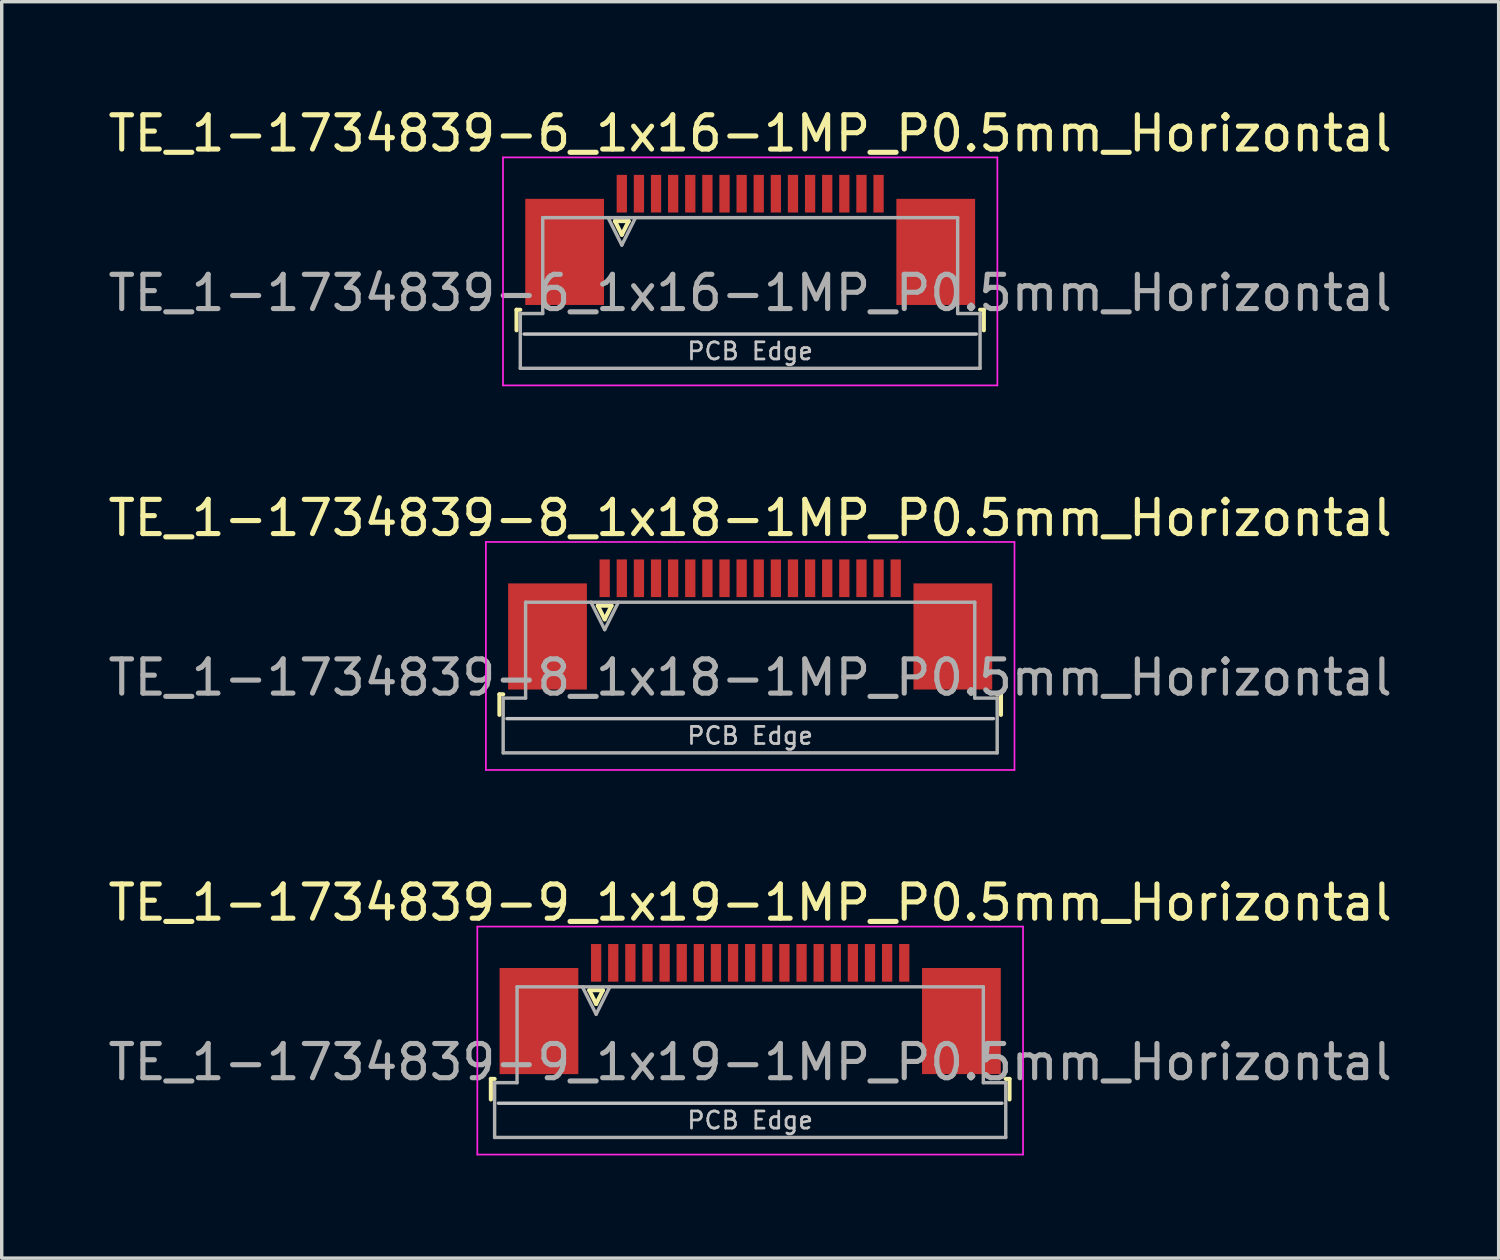
<source format=kicad_pcb>
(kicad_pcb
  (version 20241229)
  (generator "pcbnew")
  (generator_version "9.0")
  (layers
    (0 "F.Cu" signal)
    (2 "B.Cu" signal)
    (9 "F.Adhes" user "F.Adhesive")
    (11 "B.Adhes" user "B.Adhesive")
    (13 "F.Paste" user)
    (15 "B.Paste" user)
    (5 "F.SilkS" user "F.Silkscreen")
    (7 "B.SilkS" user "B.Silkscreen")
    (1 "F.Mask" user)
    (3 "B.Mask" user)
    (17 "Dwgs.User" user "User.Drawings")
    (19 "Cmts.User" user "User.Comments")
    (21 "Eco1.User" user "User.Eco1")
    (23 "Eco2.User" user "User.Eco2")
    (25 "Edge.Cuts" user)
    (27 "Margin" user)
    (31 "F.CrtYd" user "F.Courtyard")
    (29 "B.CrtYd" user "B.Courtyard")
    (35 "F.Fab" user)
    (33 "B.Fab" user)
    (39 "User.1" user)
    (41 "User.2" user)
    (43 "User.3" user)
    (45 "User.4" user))
  (footprint "TE_1-1734839-6_1x16-1MP_P0.5mm_Horizontal"
    (layer "F.Cu")
    (at 18.863 3.958)
    (property "Reference" "TE_1-1734839-6_1x16-1MP_P0.5mm_Horizontal" (at 0 -3.11 0) (layer "F.SilkS") (effects (font (size 1 1) (thickness 0.15))))
    (attr smd)
    (fp_line (start -6.825 2.04) (end -6.825 2.64) (stroke (width 0.12) (type solid)) (layer "F.SilkS"))
    (fp_line (start -6.715 2.04) (end -6.825 2.04) (stroke (width 0.12) (type solid)) (layer "F.SilkS"))
    (fp_line (start -3.95 -0.55) (end -3.75 -0.15) (stroke (width 0.12) (type solid)) (layer "F.SilkS"))
    (fp_line (start -3.75 -0.15) (end -3.55 -0.55) (stroke (width 0.12) (type solid)) (layer "F.SilkS"))
    (fp_line (start -3.55 -0.55) (end -3.95 -0.55) (stroke (width 0.12) (type solid)) (layer "F.SilkS"))
    (fp_line (start 6.715 2.04) (end 6.825 2.04) (stroke (width 0.12) (type solid)) (layer "F.SilkS"))
    (fp_line (start 6.825 2.04) (end 6.825 2.64) (stroke (width 0.12) (type solid)) (layer "F.SilkS"))
    (fp_line (start 6.605 2.75) (end -6.605 2.75) (stroke (width 0.1) (type solid)) (layer "Dwgs.User"))
    (fp_line (start -7.22 -2.41) (end -7.22 4.25) (stroke (width 0.05) (type solid)) (layer "F.CrtYd"))
    (fp_line (start -7.22 4.25) (end 7.22 4.25) (stroke (width 0.05) (type solid)) (layer "F.CrtYd"))
    (fp_line (start 7.22 -2.41) (end -7.22 -2.41) (stroke (width 0.05) (type solid)) (layer "F.CrtYd"))
    (fp_line (start 7.22 4.25) (end 7.22 -2.41) (stroke (width 0.05) (type solid)) (layer "F.CrtYd"))
    (fp_line (start -6.715 2.15) (end -6.06 2.15) (stroke (width 0.1) (type solid)) (layer "F.Fab"))
    (fp_line (start -6.715 3.75) (end -6.715 2.15) (stroke (width 0.1) (type solid)) (layer "F.Fab"))
    (fp_line (start -6.06 -0.65) (end 6.06 -0.65) (stroke (width 0.1) (type solid)) (layer "F.Fab"))
    (fp_line (start -6.06 2.15) (end -6.06 -0.65) (stroke (width 0.1) (type solid)) (layer "F.Fab"))
    (fp_line (start -4.15 -0.65) (end -3.75 0.15) (stroke (width 0.1) (type solid)) (layer "F.Fab"))
    (fp_line (start -3.75 0.15) (end -3.35 -0.65) (stroke (width 0.1) (type solid)) (layer "F.Fab"))
    (fp_line (start 6.06 -0.65) (end 6.06 2.15) (stroke (width 0.1) (type solid)) (layer "F.Fab"))
    (fp_line (start 6.06 2.15) (end 6.715 2.15) (stroke (width 0.1) (type solid)) (layer "F.Fab"))
    (fp_line (start 6.715 2.15) (end 6.715 3.75) (stroke (width 0.1) (type solid)) (layer "F.Fab"))
    (fp_line (start 6.715 3.75) (end -6.715 3.75) (stroke (width 0.1) (type solid)) (layer "F.Fab"))
    (fp_text user "PCB Edge" (at 0 3.25 0) (layer "Dwgs.User") (effects (font (size 0.5 0.5) (thickness 0.08))))
    (fp_text user "${REFERENCE}" (at 0 1.55 0) (layer "F.Fab") (effects (font (size 1 1) (thickness 0.15))))
    (pad "1" smd rect (at -3.75 -1.35) (size 0.3 1.1) (layers "F.Cu" "F.Mask" "F.Paste"))
    (pad "2" smd rect (at -3.25 -1.35) (size 0.3 1.1) (layers "F.Cu" "F.Mask" "F.Paste"))
    (pad "3" smd rect (at -2.75 -1.35) (size 0.3 1.1) (layers "F.Cu" "F.Mask" "F.Paste"))
    (pad "4" smd rect (at -2.25 -1.35) (size 0.3 1.1) (layers "F.Cu" "F.Mask" "F.Paste"))
    (pad "5" smd rect (at -1.75 -1.35) (size 0.3 1.1) (layers "F.Cu" "F.Mask" "F.Paste"))
    (pad "6" smd rect (at -1.25 -1.35) (size 0.3 1.1) (layers "F.Cu" "F.Mask" "F.Paste"))
    (pad "7" smd rect (at -0.75 -1.35) (size 0.3 1.1) (layers "F.Cu" "F.Mask" "F.Paste"))
    (pad "8" smd rect (at -0.25 -1.35) (size 0.3 1.1) (layers "F.Cu" "F.Mask" "F.Paste"))
    (pad "9" smd rect (at 0.25 -1.35) (size 0.3 1.1) (layers "F.Cu" "F.Mask" "F.Paste"))
    (pad "10" smd rect (at 0.75 -1.35) (size 0.3 1.1) (layers "F.Cu" "F.Mask" "F.Paste"))
    (pad "11" smd rect (at 1.25 -1.35) (size 0.3 1.1) (layers "F.Cu" "F.Mask" "F.Paste"))
    (pad "12" smd rect (at 1.75 -1.35) (size 0.3 1.1) (layers "F.Cu" "F.Mask" "F.Paste"))
    (pad "13" smd rect (at 2.25 -1.35) (size 0.3 1.1) (layers "F.Cu" "F.Mask" "F.Paste"))
    (pad "14" smd rect (at 2.75 -1.35) (size 0.3 1.1) (layers "F.Cu" "F.Mask" "F.Paste"))
    (pad "15" smd rect (at 3.25 -1.35) (size 0.3 1.1) (layers "F.Cu" "F.Mask" "F.Paste"))
    (pad "16" smd rect (at 3.75 -1.35) (size 0.3 1.1) (layers "F.Cu" "F.Mask" "F.Paste"))
    (pad "MP" smd rect (at -5.42 0.35) (size 2.3 3.1) (layers "F.Cu" "F.Mask" "F.Paste"))
    (pad "MP" smd rect (at 5.42 0.35) (size 2.3 3.1) (layers "F.Cu" "F.Mask" "F.Paste")))
  (footprint "TE_1-1734839-8_1x18-1MP_P0.5mm_Horizontal"
    (layer "F.Cu")
    (at 18.863 15.191)
    (property "Reference" "TE_1-1734839-8_1x18-1MP_P0.5mm_Horizontal" (at 0 -3.11 0) (layer "F.SilkS") (effects (font (size 1 1) (thickness 0.15))))
    (attr smd)
    (fp_line (start -7.325 2.04) (end -7.325 2.64) (stroke (width 0.12) (type solid)) (layer "F.SilkS"))
    (fp_line (start -7.215 2.04) (end -7.325 2.04) (stroke (width 0.12) (type solid)) (layer "F.SilkS"))
    (fp_line (start -4.45 -0.55) (end -4.25 -0.15) (stroke (width 0.12) (type solid)) (layer "F.SilkS"))
    (fp_line (start -4.25 -0.15) (end -4.05 -0.55) (stroke (width 0.12) (type solid)) (layer "F.SilkS"))
    (fp_line (start -4.05 -0.55) (end -4.45 -0.55) (stroke (width 0.12) (type solid)) (layer "F.SilkS"))
    (fp_line (start 7.215 2.04) (end 7.325 2.04) (stroke (width 0.12) (type solid)) (layer "F.SilkS"))
    (fp_line (start 7.325 2.04) (end 7.325 2.64) (stroke (width 0.12) (type solid)) (layer "F.SilkS"))
    (fp_line (start 7.105 2.75) (end -7.105 2.75) (stroke (width 0.1) (type solid)) (layer "Dwgs.User"))
    (fp_line (start -7.72 -2.41) (end -7.72 4.25) (stroke (width 0.05) (type solid)) (layer "F.CrtYd"))
    (fp_line (start -7.72 4.25) (end 7.72 4.25) (stroke (width 0.05) (type solid)) (layer "F.CrtYd"))
    (fp_line (start 7.72 -2.41) (end -7.72 -2.41) (stroke (width 0.05) (type solid)) (layer "F.CrtYd"))
    (fp_line (start 7.72 4.25) (end 7.72 -2.41) (stroke (width 0.05) (type solid)) (layer "F.CrtYd"))
    (fp_line (start -7.215 2.15) (end -6.56 2.15) (stroke (width 0.1) (type solid)) (layer "F.Fab"))
    (fp_line (start -7.215 3.75) (end -7.215 2.15) (stroke (width 0.1) (type solid)) (layer "F.Fab"))
    (fp_line (start -6.56 -0.65) (end 6.56 -0.65) (stroke (width 0.1) (type solid)) (layer "F.Fab"))
    (fp_line (start -6.56 2.15) (end -6.56 -0.65) (stroke (width 0.1) (type solid)) (layer "F.Fab"))
    (fp_line (start -4.65 -0.65) (end -4.25 0.15) (stroke (width 0.1) (type solid)) (layer "F.Fab"))
    (fp_line (start -4.25 0.15) (end -3.85 -0.65) (stroke (width 0.1) (type solid)) (layer "F.Fab"))
    (fp_line (start 6.56 -0.65) (end 6.56 2.15) (stroke (width 0.1) (type solid)) (layer "F.Fab"))
    (fp_line (start 6.56 2.15) (end 7.215 2.15) (stroke (width 0.1) (type solid)) (layer "F.Fab"))
    (fp_line (start 7.215 2.15) (end 7.215 3.75) (stroke (width 0.1) (type solid)) (layer "F.Fab"))
    (fp_line (start 7.215 3.75) (end -7.215 3.75) (stroke (width 0.1) (type solid)) (layer "F.Fab"))
    (fp_text user "PCB Edge" (at 0 3.25 0) (layer "Dwgs.User") (effects (font (size 0.5 0.5) (thickness 0.08))))
    (fp_text user "${REFERENCE}" (at 0 1.55 0) (layer "F.Fab") (effects (font (size 1 1) (thickness 0.15))))
    (pad "1" smd rect (at -4.25 -1.35) (size 0.3 1.1) (layers "F.Cu" "F.Mask" "F.Paste"))
    (pad "2" smd rect (at -3.75 -1.35) (size 0.3 1.1) (layers "F.Cu" "F.Mask" "F.Paste"))
    (pad "3" smd rect (at -3.25 -1.35) (size 0.3 1.1) (layers "F.Cu" "F.Mask" "F.Paste"))
    (pad "4" smd rect (at -2.75 -1.35) (size 0.3 1.1) (layers "F.Cu" "F.Mask" "F.Paste"))
    (pad "5" smd rect (at -2.25 -1.35) (size 0.3 1.1) (layers "F.Cu" "F.Mask" "F.Paste"))
    (pad "6" smd rect (at -1.75 -1.35) (size 0.3 1.1) (layers "F.Cu" "F.Mask" "F.Paste"))
    (pad "7" smd rect (at -1.25 -1.35) (size 0.3 1.1) (layers "F.Cu" "F.Mask" "F.Paste"))
    (pad "8" smd rect (at -0.75 -1.35) (size 0.3 1.1) (layers "F.Cu" "F.Mask" "F.Paste"))
    (pad "9" smd rect (at -0.25 -1.35) (size 0.3 1.1) (layers "F.Cu" "F.Mask" "F.Paste"))
    (pad "10" smd rect (at 0.25 -1.35) (size 0.3 1.1) (layers "F.Cu" "F.Mask" "F.Paste"))
    (pad "11" smd rect (at 0.75 -1.35) (size 0.3 1.1) (layers "F.Cu" "F.Mask" "F.Paste"))
    (pad "12" smd rect (at 1.25 -1.35) (size 0.3 1.1) (layers "F.Cu" "F.Mask" "F.Paste"))
    (pad "13" smd rect (at 1.75 -1.35) (size 0.3 1.1) (layers "F.Cu" "F.Mask" "F.Paste"))
    (pad "14" smd rect (at 2.25 -1.35) (size 0.3 1.1) (layers "F.Cu" "F.Mask" "F.Paste"))
    (pad "15" smd rect (at 2.75 -1.35) (size 0.3 1.1) (layers "F.Cu" "F.Mask" "F.Paste"))
    (pad "16" smd rect (at 3.25 -1.35) (size 0.3 1.1) (layers "F.Cu" "F.Mask" "F.Paste"))
    (pad "17" smd rect (at 3.75 -1.35) (size 0.3 1.1) (layers "F.Cu" "F.Mask" "F.Paste"))
    (pad "18" smd rect (at 4.25 -1.35) (size 0.3 1.1) (layers "F.Cu" "F.Mask" "F.Paste"))
    (pad "MP" smd rect (at -5.92 0.35) (size 2.3 3.1) (layers "F.Cu" "F.Mask" "F.Paste"))
    (pad "MP" smd rect (at 5.92 0.35) (size 2.3 3.1) (layers "F.Cu" "F.Mask" "F.Paste")))
  (footprint "TE_1-1734839-9_1x19-1MP_P0.5mm_Horizontal"
    (layer "F.Cu")
    (at 18.863 26.425)
    (property "Reference" "TE_1-1734839-9_1x19-1MP_P0.5mm_Horizontal" (at 0 -3.11 0) (layer "F.SilkS") (effects (font (size 1 1) (thickness 0.15))))
    (attr smd)
    (fp_line (start -7.575 2.04) (end -7.575 2.64) (stroke (width 0.12) (type solid)) (layer "F.SilkS"))
    (fp_line (start -7.465 2.04) (end -7.575 2.04) (stroke (width 0.12) (type solid)) (layer "F.SilkS"))
    (fp_line (start -4.7 -0.55) (end -4.5 -0.15) (stroke (width 0.12) (type solid)) (layer "F.SilkS"))
    (fp_line (start -4.5 -0.15) (end -4.3 -0.55) (stroke (width 0.12) (type solid)) (layer "F.SilkS"))
    (fp_line (start -4.3 -0.55) (end -4.7 -0.55) (stroke (width 0.12) (type solid)) (layer "F.SilkS"))
    (fp_line (start 7.465 2.04) (end 7.575 2.04) (stroke (width 0.12) (type solid)) (layer "F.SilkS"))
    (fp_line (start 7.575 2.04) (end 7.575 2.64) (stroke (width 0.12) (type solid)) (layer "F.SilkS"))
    (fp_line (start 7.355 2.75) (end -7.355 2.75) (stroke (width 0.1) (type solid)) (layer "Dwgs.User"))
    (fp_line (start -7.97 -2.41) (end -7.97 4.25) (stroke (width 0.05) (type solid)) (layer "F.CrtYd"))
    (fp_line (start -7.97 4.25) (end 7.97 4.25) (stroke (width 0.05) (type solid)) (layer "F.CrtYd"))
    (fp_line (start 7.97 -2.41) (end -7.97 -2.41) (stroke (width 0.05) (type solid)) (layer "F.CrtYd"))
    (fp_line (start 7.97 4.25) (end 7.97 -2.41) (stroke (width 0.05) (type solid)) (layer "F.CrtYd"))
    (fp_line (start -7.465 2.15) (end -6.81 2.15) (stroke (width 0.1) (type solid)) (layer "F.Fab"))
    (fp_line (start -7.465 3.75) (end -7.465 2.15) (stroke (width 0.1) (type solid)) (layer "F.Fab"))
    (fp_line (start -6.81 -0.65) (end 6.81 -0.65) (stroke (width 0.1) (type solid)) (layer "F.Fab"))
    (fp_line (start -6.81 2.15) (end -6.81 -0.65) (stroke (width 0.1) (type solid)) (layer "F.Fab"))
    (fp_line (start -4.9 -0.65) (end -4.5 0.15) (stroke (width 0.1) (type solid)) (layer "F.Fab"))
    (fp_line (start -4.5 0.15) (end -4.1 -0.65) (stroke (width 0.1) (type solid)) (layer "F.Fab"))
    (fp_line (start 6.81 -0.65) (end 6.81 2.15) (stroke (width 0.1) (type solid)) (layer "F.Fab"))
    (fp_line (start 6.81 2.15) (end 7.465 2.15) (stroke (width 0.1) (type solid)) (layer "F.Fab"))
    (fp_line (start 7.465 2.15) (end 7.465 3.75) (stroke (width 0.1) (type solid)) (layer "F.Fab"))
    (fp_line (start 7.465 3.75) (end -7.465 3.75) (stroke (width 0.1) (type solid)) (layer "F.Fab"))
    (fp_text user "PCB Edge" (at 0 3.25 0) (layer "Dwgs.User") (effects (font (size 0.5 0.5) (thickness 0.08))))
    (fp_text user "${REFERENCE}" (at 0 1.55 0) (layer "F.Fab") (effects (font (size 1 1) (thickness 0.15))))
    (pad "1" smd rect (at -4.5 -1.35) (size 0.3 1.1) (layers "F.Cu" "F.Mask" "F.Paste"))
    (pad "2" smd rect (at -4 -1.35) (size 0.3 1.1) (layers "F.Cu" "F.Mask" "F.Paste"))
    (pad "3" smd rect (at -3.5 -1.35) (size 0.3 1.1) (layers "F.Cu" "F.Mask" "F.Paste"))
    (pad "4" smd rect (at -3 -1.35) (size 0.3 1.1) (layers "F.Cu" "F.Mask" "F.Paste"))
    (pad "5" smd rect (at -2.5 -1.35) (size 0.3 1.1) (layers "F.Cu" "F.Mask" "F.Paste"))
    (pad "6" smd rect (at -2 -1.35) (size 0.3 1.1) (layers "F.Cu" "F.Mask" "F.Paste"))
    (pad "7" smd rect (at -1.5 -1.35) (size 0.3 1.1) (layers "F.Cu" "F.Mask" "F.Paste"))
    (pad "8" smd rect (at -1 -1.35) (size 0.3 1.1) (layers "F.Cu" "F.Mask" "F.Paste"))
    (pad "9" smd rect (at -0.5 -1.35) (size 0.3 1.1) (layers "F.Cu" "F.Mask" "F.Paste"))
    (pad "10" smd rect (at 0 -1.35) (size 0.3 1.1) (layers "F.Cu" "F.Mask" "F.Paste"))
    (pad "11" smd rect (at 0.5 -1.35) (size 0.3 1.1) (layers "F.Cu" "F.Mask" "F.Paste"))
    (pad "12" smd rect (at 1 -1.35) (size 0.3 1.1) (layers "F.Cu" "F.Mask" "F.Paste"))
    (pad "13" smd rect (at 1.5 -1.35) (size 0.3 1.1) (layers "F.Cu" "F.Mask" "F.Paste"))
    (pad "14" smd rect (at 2 -1.35) (size 0.3 1.1) (layers "F.Cu" "F.Mask" "F.Paste"))
    (pad "15" smd rect (at 2.5 -1.35) (size 0.3 1.1) (layers "F.Cu" "F.Mask" "F.Paste"))
    (pad "16" smd rect (at 3 -1.35) (size 0.3 1.1) (layers "F.Cu" "F.Mask" "F.Paste"))
    (pad "17" smd rect (at 3.5 -1.35) (size 0.3 1.1) (layers "F.Cu" "F.Mask" "F.Paste"))
    (pad "18" smd rect (at 4 -1.35) (size 0.3 1.1) (layers "F.Cu" "F.Mask" "F.Paste"))
    (pad "19" smd rect (at 4.5 -1.35) (size 0.3 1.1) (layers "F.Cu" "F.Mask" "F.Paste"))
    (pad "MP" smd rect (at -6.17 0.35) (size 2.3 3.1) (layers "F.Cu" "F.Mask" "F.Paste"))
    (pad "MP" smd rect (at 6.17 0.35) (size 2.3 3.1) (layers "F.Cu" "F.Mask" "F.Paste")))
  (gr_rect
    (start -3 -3)
    (end 40.726 33.7)
    (stroke (width 0.1) (type default))
    (fill no)
    (layer "Edge.Cuts")))
</source>
